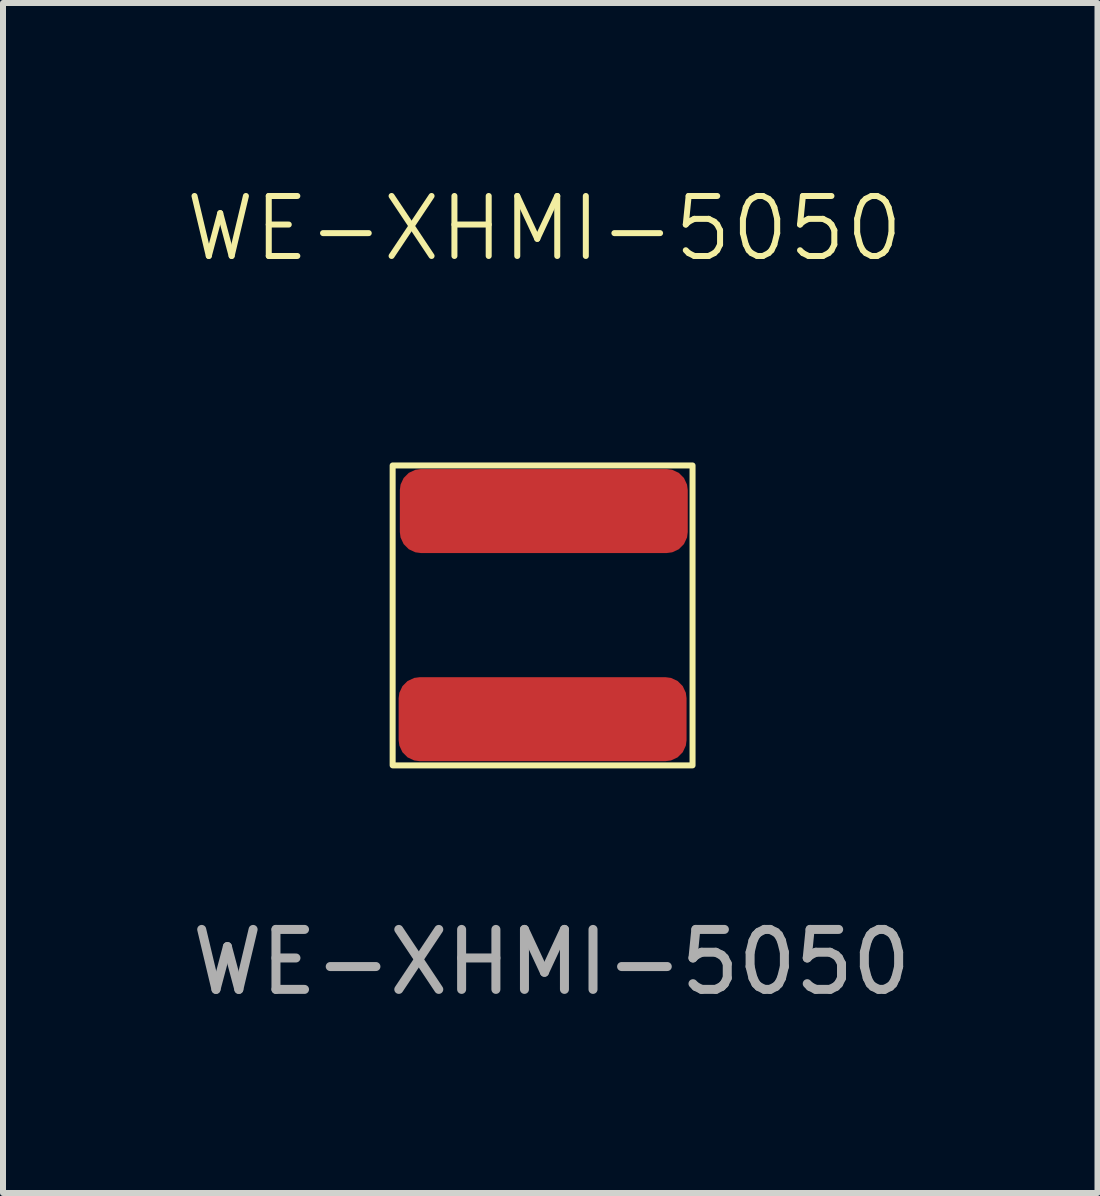
<source format=kicad_pcb>
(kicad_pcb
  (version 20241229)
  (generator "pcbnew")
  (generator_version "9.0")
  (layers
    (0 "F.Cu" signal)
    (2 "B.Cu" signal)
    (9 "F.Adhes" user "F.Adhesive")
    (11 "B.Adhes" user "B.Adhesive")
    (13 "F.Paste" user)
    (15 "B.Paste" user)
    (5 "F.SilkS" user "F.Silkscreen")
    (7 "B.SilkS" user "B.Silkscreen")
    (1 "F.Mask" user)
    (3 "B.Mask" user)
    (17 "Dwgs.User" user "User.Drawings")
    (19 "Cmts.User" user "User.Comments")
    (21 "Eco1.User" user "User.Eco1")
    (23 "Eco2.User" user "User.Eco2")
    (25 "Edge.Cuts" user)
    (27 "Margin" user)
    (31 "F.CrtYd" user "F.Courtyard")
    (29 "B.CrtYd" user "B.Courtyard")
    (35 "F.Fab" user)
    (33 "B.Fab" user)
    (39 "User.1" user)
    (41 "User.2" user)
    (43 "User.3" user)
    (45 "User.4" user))
  (footprint "WE-XHMI-5050"
    (layer "F.Cu")
    (at 6.086 7.38)
    (property "Reference" "WE-XHMI-5050" (at -0.06 -6.62 0) (unlocked yes) (layer "F.SilkS") (effects (font (size 1 1) (thickness 0.1))))
    (attr smd)
    (fp_rect (start -2.59 -2.67) (end 2.41 2.33) (stroke (width 0.1) (type default)) (fill no) (layer "F.SilkS"))
    (fp_rect (start -2.85 -2.89) (end 2.65 2.61) (stroke (width 0.05) (type default)) (fill no) (layer "Margin"))
    (fp_rect (start -2.49 -2.58) (end 2.31 2.22) (stroke (width 0.1) (type default)) (fill no) (layer "User.2"))
    (fp_text user "${REFERENCE}" (at 0.06 5.61 0) (unlocked yes) (layer "F.Fab") (effects (font (size 1 1) (thickness 0.15))))
    (pad "1" smd roundrect (at -0.07 -1.91) (size 4.8 1.4) (layers "F.Cu" "F.Mask" "F.Paste") (roundrect_rratio 0.25))
    (pad "2" smd roundrect (at -0.09 1.56) (size 4.8 1.4) (layers "F.Cu" "F.Mask" "F.Paste") (roundrect_rratio 0.25)))
  (gr_rect
    (start -3 -3)
    (end 15.247 16.839)
    (stroke (width 0.1) (type default))
    (fill no)
    (layer "Edge.Cuts")))
</source>
